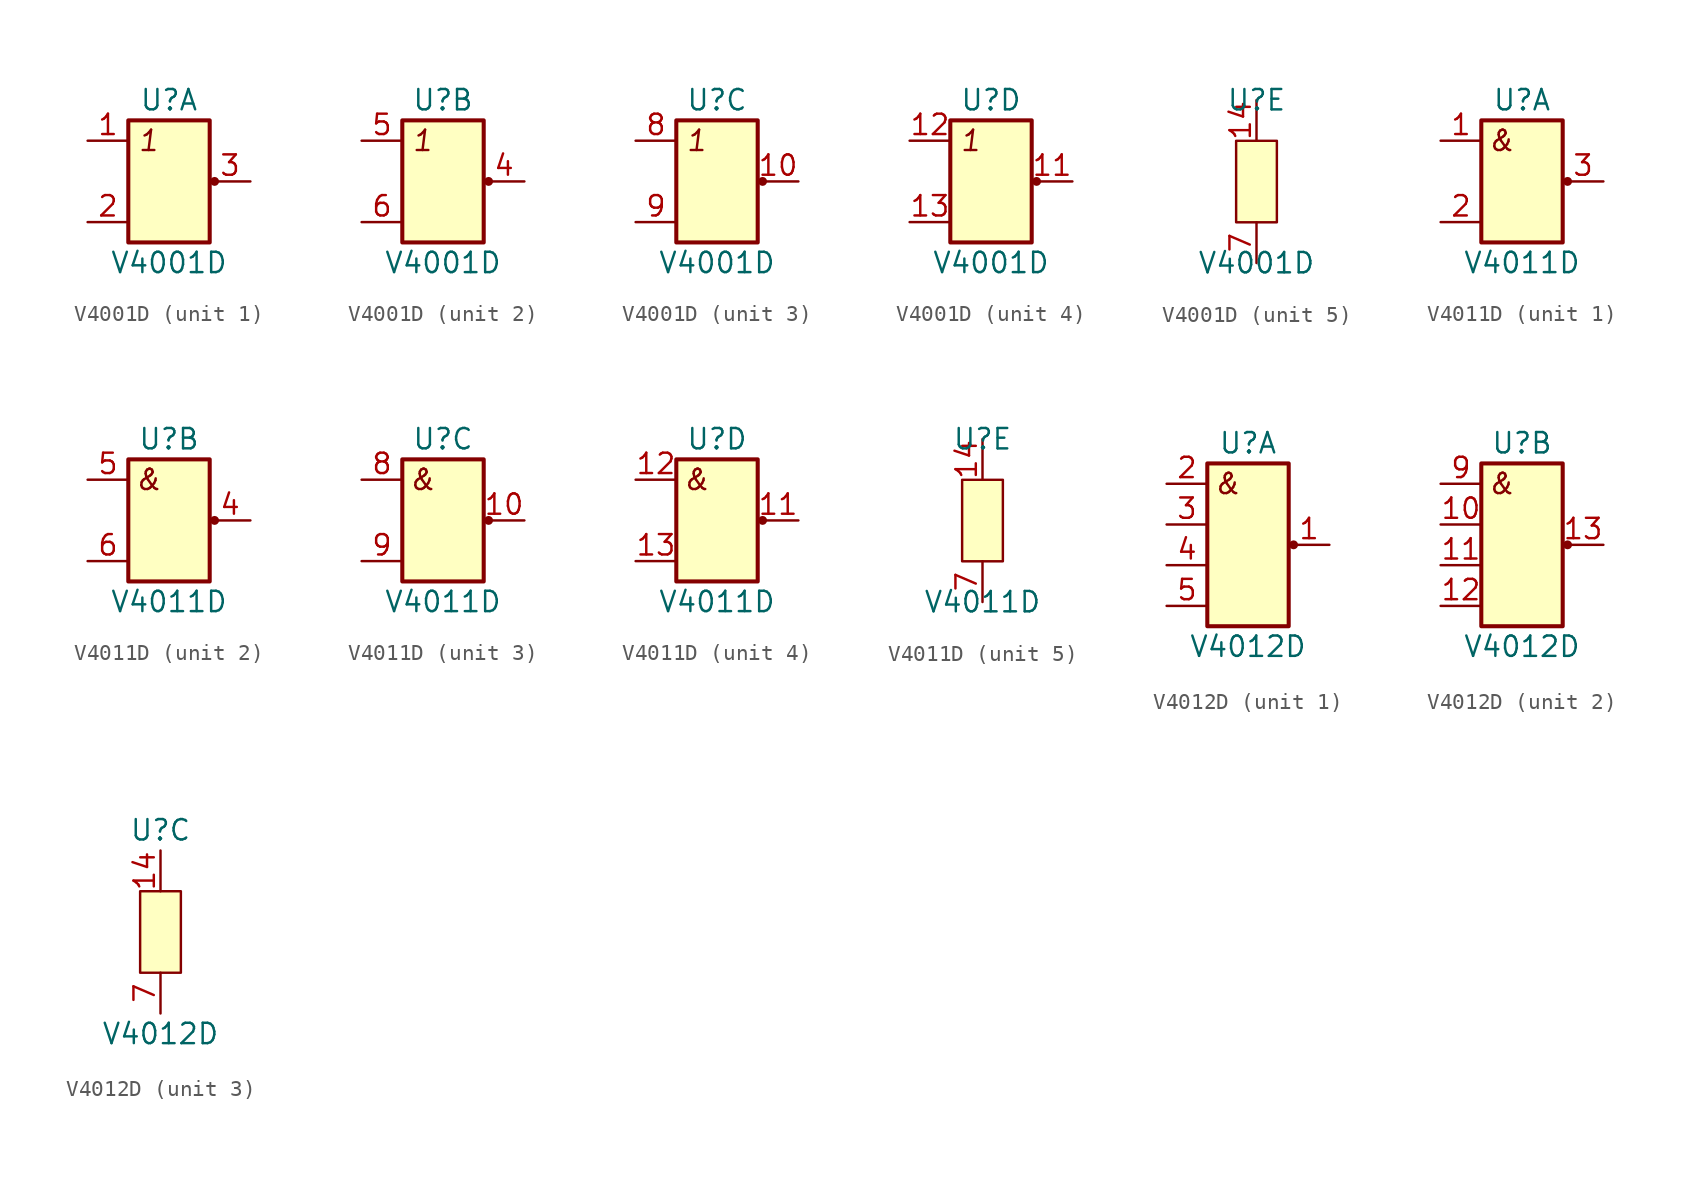
<source format=kicad_sym>
(kicad_symbol_lib
  (version 20211014)
  (generator kicad_symbol_editor)
  (symbol "V4001D"
    (pin_names
      (offset 1.016) hide)
    (property "Reference" "U"
      (at 0 5.08 0)
      (effects (font (size 1.27 1.27))))
    (property "Value" "V4001D"
      (at 0 -5.08 0)
      (effects (font (size 1.27 1.27))))
    (property "ki_locked" ""
      (at 0 0 0)
      (effects (font (size 1.27 1.27))))
    (symbol "V4001D_1_0"
      (pin output line (at 5.08 0 180) (length 2.54) (name "Y1" (effects (font (size 1.27 1.27)))) (number "3" (effects (font (size 1.27 1.27))))))
    (symbol "V4001D_1_1"
      (rectangle (start -2.54 3.81) (end 2.54 -3.81) (stroke (width 0.254) (type default) (color 0 0 0 0)) (fill (type background)))
      (circle (center 2.845 0) (radius 0.203) (stroke (width 0) (type default) (color 0 0 0 0)) (fill (type outline)))
      (text "1" (at -1.27 2.54 0) (effects (font (size 1.27 1.27) italic)))
      (pin input line (at -5.08 2.54 0) (length 2.54) (name "A1" (effects (font (size 1.27 1.27)))) (number "1" (effects (font (size 1.27 1.27)))))
      (pin input line (at -5.08 -2.54 0) (length 2.54) (name "B1" (effects (font (size 1.27 1.27)))) (number "2" (effects (font (size 1.27 1.27))))))
    (symbol "V4001D_2_0"
      (pin output line (at 5.08 0 180) (length 2.54) (name "Y2" (effects (font (size 1.27 1.27)))) (number "4" (effects (font (size 1.27 1.27)))))
      (pin input line (at -5.08 2.54 0) (length 2.54) (name "A2" (effects (font (size 1.27 1.27)))) (number "5" (effects (font (size 1.27 1.27)))))
      (pin input line (at -5.08 -2.54 0) (length 2.54) (name "B2" (effects (font (size 1.27 1.27)))) (number "6" (effects (font (size 1.27 1.27))))))
    (symbol "V4001D_2_1"
      (rectangle (start -2.54 3.81) (end 2.54 -3.81) (stroke (width 0.254) (type default) (color 0 0 0 0)) (fill (type background)))
      (circle (center 2.845 0) (radius 0.203) (stroke (width 0) (type default) (color 0 0 0 0)) (fill (type outline)))
      (text "1" (at -1.27 2.54 0) (effects (font (size 1.27 1.27) italic))))
    (symbol "V4001D_3_0"
      (pin output line (at 5.08 0 180) (length 2.54) (name "Y3" (effects (font (size 1.27 1.27)))) (number "10" (effects (font (size 1.27 1.27))))))
    (symbol "V4001D_3_1"
      (rectangle (start -2.54 3.81) (end 2.54 -3.81) (stroke (width 0.254) (type default) (color 0 0 0 0)) (fill (type background)))
      (circle (center 2.845 0) (radius 0.203) (stroke (width 0) (type default) (color 0 0 0 0)) (fill (type outline)))
      (text "1" (at -1.27 2.54 0) (effects (font (size 1.27 1.27) italic)))
      (pin input line (at -5.08 2.54 0) (length 2.54) (name "A3" (effects (font (size 1.27 1.27)))) (number "8" (effects (font (size 1.27 1.27)))))
      (pin input line (at -5.08 -2.54 0) (length 2.54) (name "B3" (effects (font (size 1.27 1.27)))) (number "9" (effects (font (size 1.27 1.27))))))
    (symbol "V4001D_4_0"
      (pin output line (at 5.08 0 180) (length 2.54) (name "Y4" (effects (font (size 1.27 1.27)))) (number "11" (effects (font (size 1.27 1.27))))))
    (symbol "V4001D_4_1"
      (rectangle (start -2.54 3.81) (end 2.54 -3.81) (stroke (width 0.254) (type default) (color 0 0 0 0)) (fill (type background)))
      (circle (center 2.845 0) (radius 0.203) (stroke (width 0) (type default) (color 0 0 0 0)) (fill (type outline)))
      (text "1" (at -1.27 2.54 0) (effects (font (size 1.27 1.27) italic)))
      (pin input line (at -5.08 2.54 0) (length 2.54) (name "A4" (effects (font (size 1.27 1.27)))) (number "12" (effects (font (size 1.27 1.27)))))
      (pin input line (at -5.08 -2.54 0) (length 2.54) (name "B4" (effects (font (size 1.27 1.27)))) (number "13" (effects (font (size 1.27 1.27))))))
    (symbol "V4001D_5_1"
      (rectangle (start -1.27 2.54) (end 1.27 -2.54) (stroke (width 0) (type default) (color 0 0 0 0)) (fill (type background)))
      (pin power_in line (at 0 5.08 270) (length 2.54) (name "Vcc" (effects (font (size 1.27 1.27)))) (number "14" (effects (font (size 1.27 1.27)))))
      (pin power_in line (at 0 -5.08 90) (length 2.54) (name "GND" (effects (font (size 1.27 1.27)))) (number "7" (effects (font (size 1.27 1.27)))))))
  (symbol "V4011D"
    (pin_names
      (offset 1.016) hide)
    (property "Reference" "U"
      (at 0 5.08 0)
      (effects (font (size 1.27 1.27))))
    (property "Value" "V4011D"
      (at 0 -5.08 0)
      (effects (font (size 1.27 1.27))))
    (property "ki_locked" ""
      (at 0 0 0)
      (effects (font (size 1.27 1.27))))
    (symbol "V4011D_1_0"
      (pin output line (at 5.08 0 180) (length 2.54) (name "Y1" (effects (font (size 1.27 1.27)))) (number "3" (effects (font (size 1.27 1.27))))))
    (symbol "V4011D_1_1"
      (rectangle (start -2.54 3.81) (end 2.54 -3.81) (stroke (width 0.254) (type default) (color 0 0 0 0)) (fill (type background)))
      (circle (center 2.845 0) (radius 0.203) (stroke (width 0) (type default) (color 0 0 0 0)) (fill (type outline)))
      (text "&" (at -1.27 2.54 0) (effects (font (size 1.27 1.27) italic)))
      (pin input line (at -5.08 2.54 0) (length 2.54) (name "A1" (effects (font (size 1.27 1.27)))) (number "1" (effects (font (size 1.27 1.27)))))
      (pin input line (at -5.08 -2.54 0) (length 2.54) (name "B1" (effects (font (size 1.27 1.27)))) (number "2" (effects (font (size 1.27 1.27))))))
    (symbol "V4011D_2_0"
      (pin output line (at 5.08 0 180) (length 2.54) (name "Y2" (effects (font (size 1.27 1.27)))) (number "4" (effects (font (size 1.27 1.27)))))
      (pin input line (at -5.08 2.54 0) (length 2.54) (name "A2" (effects (font (size 1.27 1.27)))) (number "5" (effects (font (size 1.27 1.27)))))
      (pin input line (at -5.08 -2.54 0) (length 2.54) (name "B2" (effects (font (size 1.27 1.27)))) (number "6" (effects (font (size 1.27 1.27))))))
    (symbol "V4011D_2_1"
      (rectangle (start -2.54 3.81) (end 2.54 -3.81) (stroke (width 0.254) (type default) (color 0 0 0 0)) (fill (type background)))
      (circle (center 2.845 0) (radius 0.203) (stroke (width 0) (type default) (color 0 0 0 0)) (fill (type outline)))
      (text "&" (at -1.27 2.54 0) (effects (font (size 1.27 1.27) italic))))
    (symbol "V4011D_3_0"
      (pin output line (at 5.08 0 180) (length 2.54) (name "Y3" (effects (font (size 1.27 1.27)))) (number "10" (effects (font (size 1.27 1.27))))))
    (symbol "V4011D_3_1"
      (rectangle (start -2.54 3.81) (end 2.54 -3.81) (stroke (width 0.254) (type default) (color 0 0 0 0)) (fill (type background)))
      (circle (center 2.845 0) (radius 0.203) (stroke (width 0) (type default) (color 0 0 0 0)) (fill (type outline)))
      (text "&" (at -1.27 2.54 0) (effects (font (size 1.27 1.27) italic)))
      (pin input line (at -5.08 2.54 0) (length 2.54) (name "A3" (effects (font (size 1.27 1.27)))) (number "8" (effects (font (size 1.27 1.27)))))
      (pin input line (at -5.08 -2.54 0) (length 2.54) (name "B3" (effects (font (size 1.27 1.27)))) (number "9" (effects (font (size 1.27 1.27))))))
    (symbol "V4011D_4_0"
      (pin output line (at 5.08 0 180) (length 2.54) (name "Y4" (effects (font (size 1.27 1.27)))) (number "11" (effects (font (size 1.27 1.27))))))
    (symbol "V4011D_4_1"
      (rectangle (start -2.54 3.81) (end 2.54 -3.81) (stroke (width 0.254) (type default) (color 0 0 0 0)) (fill (type background)))
      (circle (center 2.845 0) (radius 0.203) (stroke (width 0) (type default) (color 0 0 0 0)) (fill (type outline)))
      (text "&" (at -1.27 2.54 0) (effects (font (size 1.27 1.27) italic)))
      (pin input line (at -5.08 2.54 0) (length 2.54) (name "A4" (effects (font (size 1.27 1.27)))) (number "12" (effects (font (size 1.27 1.27)))))
      (pin input line (at -5.08 -2.54 0) (length 2.54) (name "B4" (effects (font (size 1.27 1.27)))) (number "13" (effects (font (size 1.27 1.27))))))
    (symbol "V4011D_5_1"
      (rectangle (start -1.27 2.54) (end 1.27 -2.54) (stroke (width 0) (type default) (color 0 0 0 0)) (fill (type background)))
      (pin power_in line (at 0 5.08 270) (length 2.54) (name "Vcc" (effects (font (size 1.27 1.27)))) (number "14" (effects (font (size 1.27 1.27)))))
      (pin power_in line (at 0 -5.08 90) (length 2.54) (name "GND" (effects (font (size 1.27 1.27)))) (number "7" (effects (font (size 1.27 1.27)))))))
  (symbol "V4012D"
    (pin_names
      (offset 1.016) hide)
    (property "Reference" "U"
      (at 0 6.35 0)
      (effects (font (size 1.27 1.27))))
    (property "Value" "V4012D"
      (at 0 -6.35 0)
      (effects (font (size 1.27 1.27))))
    (property "ki_locked" ""
      (at 0 0 0)
      (effects (font (size 1.27 1.27))))
    (symbol "V4012D_1_0"
      (pin output line (at 5.08 0 180) (length 2.54) (name "Y1" (effects (font (size 1.27 1.27)))) (number "1" (effects (font (size 1.27 1.27))))))
    (symbol "V4012D_1_1"
      (rectangle (start -2.54 5.08) (end 2.54 -5.08) (stroke (width 0.254) (type default) (color 0 0 0 0)) (fill (type background)))
      (circle (center 2.845 0) (radius 0.203) (stroke (width 0) (type default) (color 0 0 0 0)) (fill (type outline)))
      (text "&" (at -1.27 3.81 0) (effects (font (size 1.27 1.27) italic)))
      (pin input line (at -5.08 3.81 0) (length 2.54) (name "A1" (effects (font (size 1.27 1.27)))) (number "2" (effects (font (size 1.27 1.27)))))
      (pin input line (at -5.08 1.27 0) (length 2.54) (name "B1" (effects (font (size 1.27 1.27)))) (number "3" (effects (font (size 1.27 1.27)))))
      (pin input line (at -5.08 -1.27 0) (length 2.54) (name "C1" (effects (font (size 1.27 1.27)))) (number "4" (effects (font (size 1.27 1.27)))))
      (pin input line (at -5.08 -3.81 0) (length 2.54) (name "D1" (effects (font (size 1.27 1.27)))) (number "5" (effects (font (size 1.27 1.27)))))
      (pin no_connect line (at 5.08 2.54 180) (length 2.54) hide (name "n.c." (effects (font (size 1.27 1.27)))) (number "6" (effects (font (size 1.27 1.27))))))
    (symbol "V4012D_2_1"
      (rectangle (start -2.54 5.08) (end 2.54 -5.08) (stroke (width 0.254) (type default) (color 0 0 0 0)) (fill (type background)))
      (circle (center 2.845 0) (radius 0.203) (stroke (width 0) (type default) (color 0 0 0 0)) (fill (type outline)))
      (text "&" (at -1.27 3.81 0) (effects (font (size 1.27 1.27) italic)))
      (pin input line (at -5.08 1.27 0) (length 2.54) (name "B2" (effects (font (size 1.27 1.27)))) (number "10" (effects (font (size 1.27 1.27)))))
      (pin input line (at -5.08 -1.27 0) (length 2.54) (name "C2" (effects (font (size 1.27 1.27)))) (number "11" (effects (font (size 1.27 1.27)))))
      (pin input line (at -5.08 -3.81 0) (length 2.54) (name "D2" (effects (font (size 1.27 1.27)))) (number "12" (effects (font (size 1.27 1.27)))))
      (pin output line (at 5.08 0 180) (length 2.54) (name "Y2" (effects (font (size 1.27 1.27)))) (number "13" (effects (font (size 1.27 1.27)))))
      (pin no_connect line (at 5.08 2.54 180) (length 2.54) hide (name "n.c." (effects (font (size 1.27 1.27)))) (number "8" (effects (font (size 1.27 1.27)))))
      (pin input line (at -5.08 3.81 0) (length 2.54) (name "A2" (effects (font (size 1.27 1.27)))) (number "9" (effects (font (size 1.27 1.27))))))
    (symbol "V4012D_3_1"
      (rectangle (start -1.27 2.54) (end 1.27 -2.54) (stroke (width 0) (type default) (color 0 0 0 0)) (fill (type background)))
      (pin power_in line (at 0 5.08 270) (length 2.54) (name "Vcc" (effects (font (size 1.27 1.27)))) (number "14" (effects (font (size 1.27 1.27)))))
      (pin power_in line (at 0 -5.08 90) (length 2.54) (name "GND" (effects (font (size 1.27 1.27)))) (number "7" (effects (font (size 1.27 1.27))))))))
</source>
